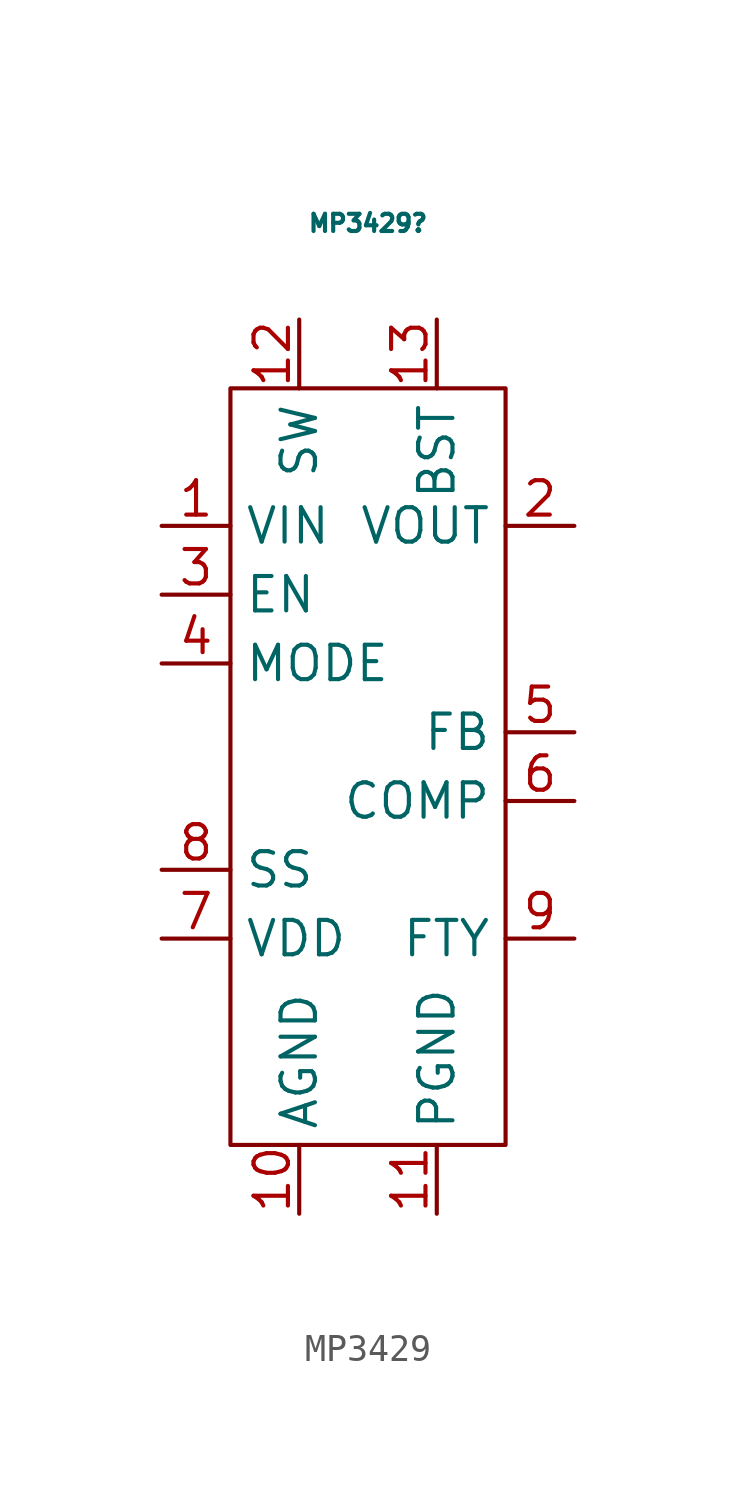
<source format=kicad_sym>
(kicad_symbol_lib
  (version 20241209)
  (generator "kicad_symbol_editor")
  (generator_version "9.0")
  (symbol "MP3429"
    (property "Reference" "MP3429"
      (at 0 8.636 0)
      (effects (font (size 0.635 0.635))))
    (property "Value" ""
      (at 0 0 0)
      (effects (font (size 1.27 1.27))))
    (symbol "MP3429_0_0"
      (pin input line (at -7.62 -2.54 0) (length 2.54) (name "VIN" (effects (font (size 1.27 1.27)))) (number "1" (effects (font (size 1.27 1.27)))))
      (pin input line (at -7.62 -5.08 0) (length 2.54) (name "EN" (effects (font (size 1.27 1.27)))) (number "3" (effects (font (size 1.27 1.27)))))
      (pin input line (at -7.62 -7.62 0) (length 2.54) (name "MODE" (effects (font (size 1.27 1.27)))) (number "4" (effects (font (size 1.27 1.27)))))
      (pin output line (at -7.62 -15.24 0) (length 2.54) (name "SS" (effects (font (size 1.27 1.27)))) (number "8" (effects (font (size 1.27 1.27)))))
      (pin output line (at -7.62 -17.78 0) (length 2.54) (name "VDD" (effects (font (size 1.27 1.27)))) (number "7" (effects (font (size 1.27 1.27)))))
      (pin input line (at -2.54 5.08 270) (length 2.54) (name "SW" (effects (font (size 1.27 1.27)))) (number "12" (effects (font (size 1.27 1.27)))))
      (pin passive line (at -2.54 -27.94 90) (length 2.54) (name "AGND" (effects (font (size 1.27 1.27)))) (number "10" (effects (font (size 1.27 1.27)))))
      (pin input line (at 2.54 5.08 270) (length 2.54) (name "BST" (effects (font (size 1.27 1.27)))) (number "13" (effects (font (size 1.27 1.27)))))
      (pin passive line (at 2.54 -27.94 90) (length 2.54) (name "PGND" (effects (font (size 1.27 1.27)))) (number "11" (effects (font (size 1.27 1.27)))))
      (pin output line (at 7.62 -2.54 180) (length 2.54) (name "VOUT" (effects (font (size 1.27 1.27)))) (number "2" (effects (font (size 1.27 1.27)))))
      (pin input line (at 7.62 -10.16 180) (length 2.54) (name "FB" (effects (font (size 1.27 1.27)))) (number "5" (effects (font (size 1.27 1.27)))))
      (pin output line (at 7.62 -12.7 180) (length 2.54) (name "COMP" (effects (font (size 1.27 1.27)))) (number "6" (effects (font (size 1.27 1.27)))))
      (pin output line (at 7.62 -17.78 180) (length 2.54) (name "FTY" (effects (font (size 1.27 1.27)))) (number "9" (effects (font (size 1.27 1.27))))))
    (symbol "MP3429_0_1"
      (rectangle (start -5.08 2.54) (end 5.08 -25.4) (stroke (width 0) (type default)) (fill (type none))))))
</source>
